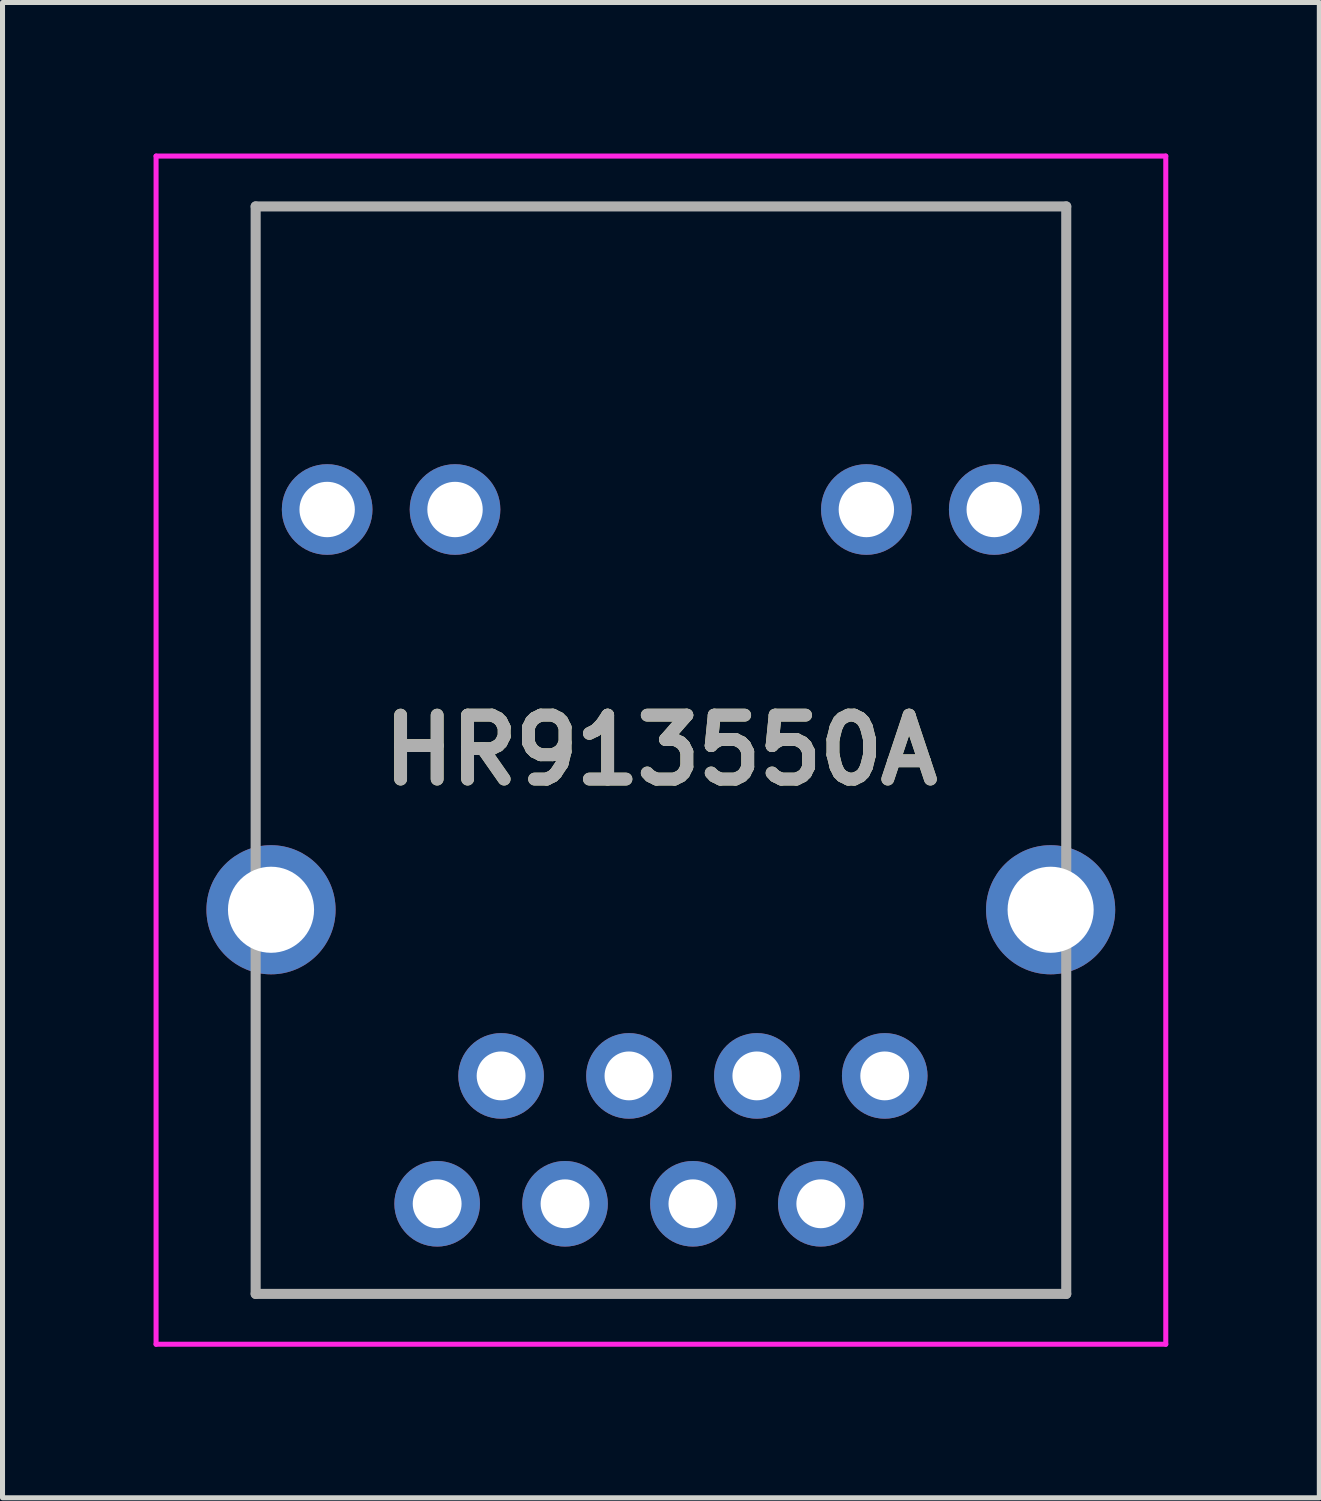
<source format=kicad_pcb>
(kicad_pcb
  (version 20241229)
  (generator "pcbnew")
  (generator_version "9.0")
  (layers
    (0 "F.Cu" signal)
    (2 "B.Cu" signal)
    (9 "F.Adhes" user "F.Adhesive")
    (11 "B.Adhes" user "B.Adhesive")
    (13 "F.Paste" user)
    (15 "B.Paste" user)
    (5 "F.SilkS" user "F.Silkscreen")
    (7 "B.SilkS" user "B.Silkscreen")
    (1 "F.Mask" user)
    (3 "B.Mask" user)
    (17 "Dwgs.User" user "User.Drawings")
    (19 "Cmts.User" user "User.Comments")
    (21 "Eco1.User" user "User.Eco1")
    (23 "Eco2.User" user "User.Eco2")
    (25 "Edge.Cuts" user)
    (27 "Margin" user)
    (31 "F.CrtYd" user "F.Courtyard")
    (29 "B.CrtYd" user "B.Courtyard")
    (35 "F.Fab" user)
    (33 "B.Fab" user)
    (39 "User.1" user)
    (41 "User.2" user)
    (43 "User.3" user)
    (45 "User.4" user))
  (footprint "HR913550A"
    (layer "F.Cu")
    (at 10.073 11.97)
    (property "Reference" "HR913550A" (at 0.005 -0.12 0) (layer "F.SilkS") (effects (font (size 1.27 1.27) (thickness 0.254))))
    (attr through_hole)
    (fp_line (start -8.05 -10.92) (end 8.05 -10.92) (stroke (width 0.1) (type solid)) (layer "F.SilkS"))
    (fp_line (start -8.05 1.5) (end -8.05 -10.92) (stroke (width 0.1) (type solid)) (layer "F.SilkS"))
    (fp_line (start -8.05 4.5) (end -8.05 10.68) (stroke (width 0.1) (type solid)) (layer "F.SilkS"))
    (fp_line (start -8.05 10.68) (end 8.05 10.68) (stroke (width 0.1) (type solid)) (layer "F.SilkS"))
    (fp_line (start 8.05 -10.92) (end 8.05 1.5) (stroke (width 0.1) (type solid)) (layer "F.SilkS"))
    (fp_line (start 8.05 10.68) (end 8.05 4.5) (stroke (width 0.1) (type solid)) (layer "F.SilkS"))
    (fp_line (start -10.023 -11.92) (end 10.032 -11.92) (stroke (width 0.1) (type solid)) (layer "F.CrtYd"))
    (fp_line (start -10.023 11.68) (end -10.023 -11.92) (stroke (width 0.1) (type solid)) (layer "F.CrtYd"))
    (fp_line (start 10.032 -11.92) (end 10.032 11.68) (stroke (width 0.1) (type solid)) (layer "F.CrtYd"))
    (fp_line (start 10.032 11.68) (end -10.023 11.68) (stroke (width 0.1) (type solid)) (layer "F.CrtYd"))
    (fp_line (start -8.045 -10.92) (end 8.055 -10.92) (stroke (width 0.2) (type solid)) (layer "F.Fab"))
    (fp_line (start -8.045 10.68) (end -8.045 -10.92) (stroke (width 0.2) (type solid)) (layer "F.Fab"))
    (fp_line (start 8.055 -10.92) (end 8.055 10.68) (stroke (width 0.2) (type solid)) (layer "F.Fab"))
    (fp_line (start 8.055 10.68) (end -8.045 10.68) (stroke (width 0.2) (type solid)) (layer "F.Fab"))
    (fp_text user "${REFERENCE}" (at 0.005 -0.12 0) (layer "F.Fab") (effects (font (size 1.27 1.27) (thickness 0.254))))
    (pad "" thru_hole circle (at -7.74 3.05) (size 2.565 2.565) (drill 1.71) (layers "*.Cu" "*.Mask"))
    (pad "" np_thru_hole circle (at -5.71 0) (size 0.001 0.001) (drill 3.33) (layers "*.Cu" "*.Mask"))
    (pad "" np_thru_hole circle (at 5.72 0) (size 0.001 0.001) (drill 3.33) (layers "*.Cu" "*.Mask"))
    (pad "" thru_hole circle (at 7.745 3.05) (size 2.565 2.565) (drill 1.71) (layers "*.Cu" "*.Mask"))
    (pad "9" thru_hole circle (at 6.625 -4.9) (size 1.8 1.8) (drill 1.1) (layers "*.Cu" "*.Mask"))
    (pad "10" thru_hole circle (at 4.085 -4.9) (size 1.8 1.8) (drill 1.1) (layers "*.Cu" "*.Mask"))
    (pad "11" thru_hole circle (at -4.085 -4.9) (size 1.8 1.8) (drill 1.1) (layers "*.Cu" "*.Mask"))
    (pad "12" thru_hole circle (at -6.625 -4.9) (size 1.8 1.8) (drill 1.1) (layers "*.Cu" "*.Mask"))
    (pad "P1" thru_hole circle (at 4.45 6.35) (size 1.7 1.7) (drill 0.97) (layers "*.Cu" "*.Mask"))
    (pad "P2" thru_hole circle (at 3.18 8.89) (size 1.7 1.7) (drill 0.97) (layers "*.Cu" "*.Mask"))
    (pad "P3" thru_hole circle (at 1.91 6.35) (size 1.7 1.7) (drill 0.97) (layers "*.Cu" "*.Mask"))
    (pad "P4" thru_hole circle (at 0.64 8.89) (size 1.7 1.7) (drill 0.97) (layers "*.Cu" "*.Mask"))
    (pad "P5" thru_hole circle (at -0.63 6.35) (size 1.7 1.7) (drill 0.97) (layers "*.Cu" "*.Mask"))
    (pad "P6" thru_hole circle (at -1.9 8.89) (size 1.7 1.7) (drill 0.97) (layers "*.Cu" "*.Mask"))
    (pad "P7" thru_hole circle (at -3.17 6.35) (size 1.7 1.7) (drill 0.97) (layers "*.Cu" "*.Mask"))
    (pad "P8" thru_hole circle (at -4.44 8.89) (size 1.7 1.7) (drill 0.97) (layers "*.Cu" "*.Mask")))
  (gr_rect
    (start -3 -3)
    (end 23.155 26.7)
    (stroke (width 0.1) (type default))
    (fill no)
    (layer "Edge.Cuts")))
</source>
